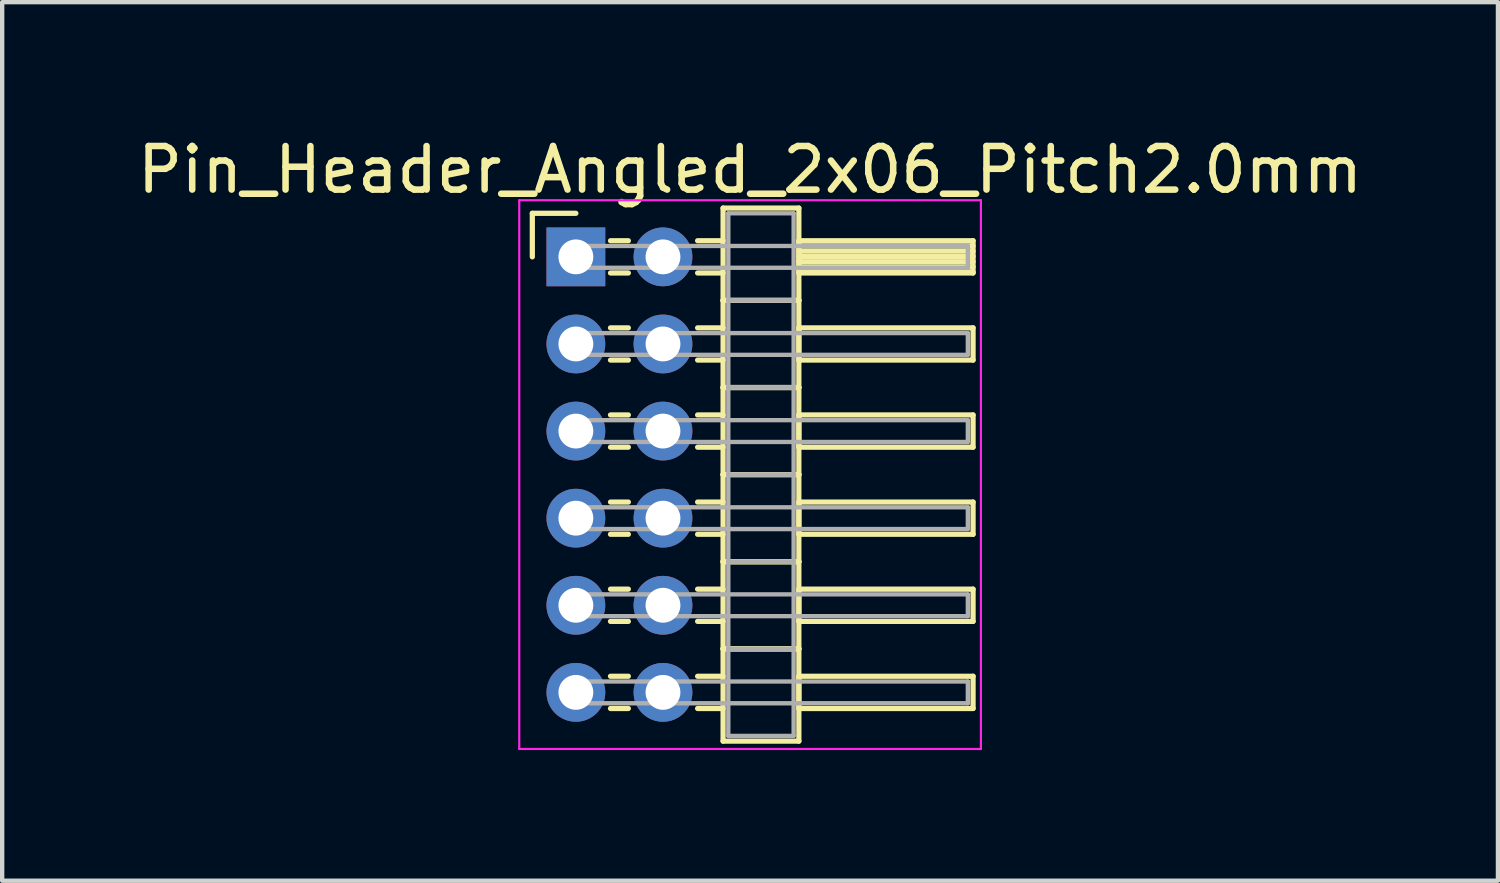
<source format=kicad_pcb>
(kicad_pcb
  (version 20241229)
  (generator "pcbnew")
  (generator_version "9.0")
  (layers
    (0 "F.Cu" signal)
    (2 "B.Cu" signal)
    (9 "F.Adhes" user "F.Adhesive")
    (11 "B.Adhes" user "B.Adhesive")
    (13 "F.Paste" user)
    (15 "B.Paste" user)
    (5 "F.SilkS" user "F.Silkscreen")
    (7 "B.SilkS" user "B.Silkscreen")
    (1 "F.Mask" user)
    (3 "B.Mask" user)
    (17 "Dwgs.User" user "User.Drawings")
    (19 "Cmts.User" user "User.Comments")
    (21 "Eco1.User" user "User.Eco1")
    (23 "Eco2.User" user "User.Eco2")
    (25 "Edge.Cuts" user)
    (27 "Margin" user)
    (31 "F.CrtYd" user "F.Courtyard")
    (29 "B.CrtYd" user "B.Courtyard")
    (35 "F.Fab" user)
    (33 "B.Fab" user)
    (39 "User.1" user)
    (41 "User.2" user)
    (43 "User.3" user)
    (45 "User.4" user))
  (footprint "Pin_Header_Angled_2x06_Pitch2.0mm"
    (layer "F.Cu")
    (at 10.173 2.848)
    (property "Reference" "Pin_Header_Angled_2x06_Pitch2.0mm" (at 4 -2 0) (layer "F.SilkS") (effects (font (size 1 1) (thickness 0.15))))
    (attr through_hole)
    (fp_line (start -1 -1) (end 0 -1) (stroke (width 0.12) (type solid)) (layer "F.SilkS"))
    (fp_line (start -1 0) (end -1 -1) (stroke (width 0.12) (type solid)) (layer "F.SilkS"))
    (fp_line (start 0.795 -0.37) (end 1.205 -0.37) (stroke (width 0.12) (type solid)) (layer "F.SilkS"))
    (fp_line (start 0.795 0.37) (end 1.205 0.37) (stroke (width 0.12) (type solid)) (layer "F.SilkS"))
    (fp_line (start 0.795 1.63) (end 1.205 1.63) (stroke (width 0.12) (type solid)) (layer "F.SilkS"))
    (fp_line (start 0.795 2.37) (end 1.205 2.37) (stroke (width 0.12) (type solid)) (layer "F.SilkS"))
    (fp_line (start 0.795 3.63) (end 1.205 3.63) (stroke (width 0.12) (type solid)) (layer "F.SilkS"))
    (fp_line (start 0.795 4.37) (end 1.205 4.37) (stroke (width 0.12) (type solid)) (layer "F.SilkS"))
    (fp_line (start 0.795 5.63) (end 1.205 5.63) (stroke (width 0.12) (type solid)) (layer "F.SilkS"))
    (fp_line (start 0.795 6.37) (end 1.205 6.37) (stroke (width 0.12) (type solid)) (layer "F.SilkS"))
    (fp_line (start 0.795 7.63) (end 1.205 7.63) (stroke (width 0.12) (type solid)) (layer "F.SilkS"))
    (fp_line (start 0.795 8.37) (end 1.205 8.37) (stroke (width 0.12) (type solid)) (layer "F.SilkS"))
    (fp_line (start 0.795 9.63) (end 1.205 9.63) (stroke (width 0.12) (type solid)) (layer "F.SilkS"))
    (fp_line (start 0.795 10.37) (end 1.205 10.37) (stroke (width 0.12) (type solid)) (layer "F.SilkS"))
    (fp_line (start 2.795 -0.37) (end 3.38 -0.37) (stroke (width 0.12) (type solid)) (layer "F.SilkS"))
    (fp_line (start 2.795 0.37) (end 3.38 0.37) (stroke (width 0.12) (type solid)) (layer "F.SilkS"))
    (fp_line (start 2.795 1.63) (end 3.38 1.63) (stroke (width 0.12) (type solid)) (layer "F.SilkS"))
    (fp_line (start 2.795 2.37) (end 3.38 2.37) (stroke (width 0.12) (type solid)) (layer "F.SilkS"))
    (fp_line (start 2.795 3.63) (end 3.38 3.63) (stroke (width 0.12) (type solid)) (layer "F.SilkS"))
    (fp_line (start 2.795 4.37) (end 3.38 4.37) (stroke (width 0.12) (type solid)) (layer "F.SilkS"))
    (fp_line (start 2.795 5.63) (end 3.38 5.63) (stroke (width 0.12) (type solid)) (layer "F.SilkS"))
    (fp_line (start 2.795 6.37) (end 3.38 6.37) (stroke (width 0.12) (type solid)) (layer "F.SilkS"))
    (fp_line (start 2.795 7.63) (end 3.38 7.63) (stroke (width 0.12) (type solid)) (layer "F.SilkS"))
    (fp_line (start 2.795 8.37) (end 3.38 8.37) (stroke (width 0.12) (type solid)) (layer "F.SilkS"))
    (fp_line (start 2.795 9.63) (end 3.38 9.63) (stroke (width 0.12) (type solid)) (layer "F.SilkS"))
    (fp_line (start 2.795 10.37) (end 3.38 10.37) (stroke (width 0.12) (type solid)) (layer "F.SilkS"))
    (fp_line (start 3.38 -1.12) (end 3.38 1) (stroke (width 0.12) (type solid)) (layer "F.SilkS"))
    (fp_line (start 3.38 1) (end 3.38 3) (stroke (width 0.12) (type solid)) (layer "F.SilkS"))
    (fp_line (start 3.38 1) (end 5.12 1) (stroke (width 0.12) (type solid)) (layer "F.SilkS"))
    (fp_line (start 3.38 3) (end 3.38 5) (stroke (width 0.12) (type solid)) (layer "F.SilkS"))
    (fp_line (start 3.38 3) (end 5.12 3) (stroke (width 0.12) (type solid)) (layer "F.SilkS"))
    (fp_line (start 3.38 5) (end 3.38 7) (stroke (width 0.12) (type solid)) (layer "F.SilkS"))
    (fp_line (start 3.38 5) (end 5.12 5) (stroke (width 0.12) (type solid)) (layer "F.SilkS"))
    (fp_line (start 3.38 7) (end 3.38 9) (stroke (width 0.12) (type solid)) (layer "F.SilkS"))
    (fp_line (start 3.38 7) (end 5.12 7) (stroke (width 0.12) (type solid)) (layer "F.SilkS"))
    (fp_line (start 3.38 9) (end 3.38 11.12) (stroke (width 0.12) (type solid)) (layer "F.SilkS"))
    (fp_line (start 3.38 9) (end 5.12 9) (stroke (width 0.12) (type solid)) (layer "F.SilkS"))
    (fp_line (start 3.38 11.12) (end 5.12 11.12) (stroke (width 0.12) (type solid)) (layer "F.SilkS"))
    (fp_line (start 5.12 -1.12) (end 3.38 -1.12) (stroke (width 0.12) (type solid)) (layer "F.SilkS"))
    (fp_line (start 5.12 -0.37) (end 5.12 0.37) (stroke (width 0.12) (type solid)) (layer "F.SilkS"))
    (fp_line (start 5.12 -0.25) (end 9.12 -0.25) (stroke (width 0.12) (type solid)) (layer "F.SilkS"))
    (fp_line (start 5.12 -0.13) (end 9.12 -0.13) (stroke (width 0.12) (type solid)) (layer "F.SilkS"))
    (fp_line (start 5.12 -0.01) (end 9.12 -0.01) (stroke (width 0.12) (type solid)) (layer "F.SilkS"))
    (fp_line (start 5.12 0.11) (end 9.12 0.11) (stroke (width 0.12) (type solid)) (layer "F.SilkS"))
    (fp_line (start 5.12 0.23) (end 9.12 0.23) (stroke (width 0.12) (type solid)) (layer "F.SilkS"))
    (fp_line (start 5.12 0.35) (end 9.12 0.35) (stroke (width 0.12) (type solid)) (layer "F.SilkS"))
    (fp_line (start 5.12 0.37) (end 9.12 0.37) (stroke (width 0.12) (type solid)) (layer "F.SilkS"))
    (fp_line (start 5.12 1) (end 3.38 1) (stroke (width 0.12) (type solid)) (layer "F.SilkS"))
    (fp_line (start 5.12 1) (end 5.12 -1.12) (stroke (width 0.12) (type solid)) (layer "F.SilkS"))
    (fp_line (start 5.12 1.63) (end 5.12 2.37) (stroke (width 0.12) (type solid)) (layer "F.SilkS"))
    (fp_line (start 5.12 2.37) (end 9.12 2.37) (stroke (width 0.12) (type solid)) (layer "F.SilkS"))
    (fp_line (start 5.12 3) (end 3.38 3) (stroke (width 0.12) (type solid)) (layer "F.SilkS"))
    (fp_line (start 5.12 3) (end 5.12 1) (stroke (width 0.12) (type solid)) (layer "F.SilkS"))
    (fp_line (start 5.12 3.63) (end 5.12 4.37) (stroke (width 0.12) (type solid)) (layer "F.SilkS"))
    (fp_line (start 5.12 4.37) (end 9.12 4.37) (stroke (width 0.12) (type solid)) (layer "F.SilkS"))
    (fp_line (start 5.12 5) (end 3.38 5) (stroke (width 0.12) (type solid)) (layer "F.SilkS"))
    (fp_line (start 5.12 5) (end 5.12 3) (stroke (width 0.12) (type solid)) (layer "F.SilkS"))
    (fp_line (start 5.12 5.63) (end 5.12 6.37) (stroke (width 0.12) (type solid)) (layer "F.SilkS"))
    (fp_line (start 5.12 6.37) (end 9.12 6.37) (stroke (width 0.12) (type solid)) (layer "F.SilkS"))
    (fp_line (start 5.12 7) (end 3.38 7) (stroke (width 0.12) (type solid)) (layer "F.SilkS"))
    (fp_line (start 5.12 7) (end 5.12 5) (stroke (width 0.12) (type solid)) (layer "F.SilkS"))
    (fp_line (start 5.12 7.63) (end 5.12 8.37) (stroke (width 0.12) (type solid)) (layer "F.SilkS"))
    (fp_line (start 5.12 8.37) (end 9.12 8.37) (stroke (width 0.12) (type solid)) (layer "F.SilkS"))
    (fp_line (start 5.12 9) (end 3.38 9) (stroke (width 0.12) (type solid)) (layer "F.SilkS"))
    (fp_line (start 5.12 9) (end 5.12 7) (stroke (width 0.12) (type solid)) (layer "F.SilkS"))
    (fp_line (start 5.12 9.63) (end 5.12 10.37) (stroke (width 0.12) (type solid)) (layer "F.SilkS"))
    (fp_line (start 5.12 10.37) (end 9.12 10.37) (stroke (width 0.12) (type solid)) (layer "F.SilkS"))
    (fp_line (start 5.12 11.12) (end 5.12 9) (stroke (width 0.12) (type solid)) (layer "F.SilkS"))
    (fp_line (start 9.12 -0.37) (end 5.12 -0.37) (stroke (width 0.12) (type solid)) (layer "F.SilkS"))
    (fp_line (start 9.12 0.37) (end 9.12 -0.37) (stroke (width 0.12) (type solid)) (layer "F.SilkS"))
    (fp_line (start 9.12 1.63) (end 5.12 1.63) (stroke (width 0.12) (type solid)) (layer "F.SilkS"))
    (fp_line (start 9.12 2.37) (end 9.12 1.63) (stroke (width 0.12) (type solid)) (layer "F.SilkS"))
    (fp_line (start 9.12 3.63) (end 5.12 3.63) (stroke (width 0.12) (type solid)) (layer "F.SilkS"))
    (fp_line (start 9.12 4.37) (end 9.12 3.63) (stroke (width 0.12) (type solid)) (layer "F.SilkS"))
    (fp_line (start 9.12 5.63) (end 5.12 5.63) (stroke (width 0.12) (type solid)) (layer "F.SilkS"))
    (fp_line (start 9.12 6.37) (end 9.12 5.63) (stroke (width 0.12) (type solid)) (layer "F.SilkS"))
    (fp_line (start 9.12 7.63) (end 5.12 7.63) (stroke (width 0.12) (type solid)) (layer "F.SilkS"))
    (fp_line (start 9.12 8.37) (end 9.12 7.63) (stroke (width 0.12) (type solid)) (layer "F.SilkS"))
    (fp_line (start 9.12 9.63) (end 5.12 9.63) (stroke (width 0.12) (type solid)) (layer "F.SilkS"))
    (fp_line (start 9.12 10.37) (end 9.12 9.63) (stroke (width 0.12) (type solid)) (layer "F.SilkS"))
    (fp_line (start -1.3 -1.3) (end -1.3 11.3) (stroke (width 0.05) (type solid)) (layer "F.CrtYd"))
    (fp_line (start -1.3 11.3) (end 9.3 11.3) (stroke (width 0.05) (type solid)) (layer "F.CrtYd"))
    (fp_line (start 9.3 -1.3) (end -1.3 -1.3) (stroke (width 0.05) (type solid)) (layer "F.CrtYd"))
    (fp_line (start 9.3 11.3) (end 9.3 -1.3) (stroke (width 0.05) (type solid)) (layer "F.CrtYd"))
    (fp_line (start 0 -0.25) (end 0 0.25) (stroke (width 0.1) (type solid)) (layer "F.Fab"))
    (fp_line (start 0 0.25) (end 9 0.25) (stroke (width 0.1) (type solid)) (layer "F.Fab"))
    (fp_line (start 0 1.75) (end 0 2.25) (stroke (width 0.1) (type solid)) (layer "F.Fab"))
    (fp_line (start 0 2.25) (end 9 2.25) (stroke (width 0.1) (type solid)) (layer "F.Fab"))
    (fp_line (start 0 3.75) (end 0 4.25) (stroke (width 0.1) (type solid)) (layer "F.Fab"))
    (fp_line (start 0 4.25) (end 9 4.25) (stroke (width 0.1) (type solid)) (layer "F.Fab"))
    (fp_line (start 0 5.75) (end 0 6.25) (stroke (width 0.1) (type solid)) (layer "F.Fab"))
    (fp_line (start 0 6.25) (end 9 6.25) (stroke (width 0.1) (type solid)) (layer "F.Fab"))
    (fp_line (start 0 7.75) (end 0 8.25) (stroke (width 0.1) (type solid)) (layer "F.Fab"))
    (fp_line (start 0 8.25) (end 9 8.25) (stroke (width 0.1) (type solid)) (layer "F.Fab"))
    (fp_line (start 0 9.75) (end 0 10.25) (stroke (width 0.1) (type solid)) (layer "F.Fab"))
    (fp_line (start 0 10.25) (end 9 10.25) (stroke (width 0.1) (type solid)) (layer "F.Fab"))
    (fp_line (start 3.5 -1) (end 3.5 1) (stroke (width 0.1) (type solid)) (layer "F.Fab"))
    (fp_line (start 3.5 1) (end 3.5 3) (stroke (width 0.1) (type solid)) (layer "F.Fab"))
    (fp_line (start 3.5 1) (end 5 1) (stroke (width 0.1) (type solid)) (layer "F.Fab"))
    (fp_line (start 3.5 3) (end 3.5 5) (stroke (width 0.1) (type solid)) (layer "F.Fab"))
    (fp_line (start 3.5 3) (end 5 3) (stroke (width 0.1) (type solid)) (layer "F.Fab"))
    (fp_line (start 3.5 5) (end 3.5 7) (stroke (width 0.1) (type solid)) (layer "F.Fab"))
    (fp_line (start 3.5 5) (end 5 5) (stroke (width 0.1) (type solid)) (layer "F.Fab"))
    (fp_line (start 3.5 7) (end 3.5 9) (stroke (width 0.1) (type solid)) (layer "F.Fab"))
    (fp_line (start 3.5 7) (end 5 7) (stroke (width 0.1) (type solid)) (layer "F.Fab"))
    (fp_line (start 3.5 9) (end 3.5 11) (stroke (width 0.1) (type solid)) (layer "F.Fab"))
    (fp_line (start 3.5 9) (end 5 9) (stroke (width 0.1) (type solid)) (layer "F.Fab"))
    (fp_line (start 3.5 11) (end 5 11) (stroke (width 0.1) (type solid)) (layer "F.Fab"))
    (fp_line (start 5 -1) (end 3.5 -1) (stroke (width 0.1) (type solid)) (layer "F.Fab"))
    (fp_line (start 5 1) (end 3.5 1) (stroke (width 0.1) (type solid)) (layer "F.Fab"))
    (fp_line (start 5 1) (end 5 -1) (stroke (width 0.1) (type solid)) (layer "F.Fab"))
    (fp_line (start 5 3) (end 3.5 3) (stroke (width 0.1) (type solid)) (layer "F.Fab"))
    (fp_line (start 5 3) (end 5 1) (stroke (width 0.1) (type solid)) (layer "F.Fab"))
    (fp_line (start 5 5) (end 3.5 5) (stroke (width 0.1) (type solid)) (layer "F.Fab"))
    (fp_line (start 5 5) (end 5 3) (stroke (width 0.1) (type solid)) (layer "F.Fab"))
    (fp_line (start 5 7) (end 3.5 7) (stroke (width 0.1) (type solid)) (layer "F.Fab"))
    (fp_line (start 5 7) (end 5 5) (stroke (width 0.1) (type solid)) (layer "F.Fab"))
    (fp_line (start 5 9) (end 3.5 9) (stroke (width 0.1) (type solid)) (layer "F.Fab"))
    (fp_line (start 5 9) (end 5 7) (stroke (width 0.1) (type solid)) (layer "F.Fab"))
    (fp_line (start 5 11) (end 5 9) (stroke (width 0.1) (type solid)) (layer "F.Fab"))
    (fp_line (start 9 -0.25) (end 0 -0.25) (stroke (width 0.1) (type solid)) (layer "F.Fab"))
    (fp_line (start 9 0.25) (end 9 -0.25) (stroke (width 0.1) (type solid)) (layer "F.Fab"))
    (fp_line (start 9 1.75) (end 0 1.75) (stroke (width 0.1) (type solid)) (layer "F.Fab"))
    (fp_line (start 9 2.25) (end 9 1.75) (stroke (width 0.1) (type solid)) (layer "F.Fab"))
    (fp_line (start 9 3.75) (end 0 3.75) (stroke (width 0.1) (type solid)) (layer "F.Fab"))
    (fp_line (start 9 4.25) (end 9 3.75) (stroke (width 0.1) (type solid)) (layer "F.Fab"))
    (fp_line (start 9 5.75) (end 0 5.75) (stroke (width 0.1) (type solid)) (layer "F.Fab"))
    (fp_line (start 9 6.25) (end 9 5.75) (stroke (width 0.1) (type solid)) (layer "F.Fab"))
    (fp_line (start 9 7.75) (end 0 7.75) (stroke (width 0.1) (type solid)) (layer "F.Fab"))
    (fp_line (start 9 8.25) (end 9 7.75) (stroke (width 0.1) (type solid)) (layer "F.Fab"))
    (fp_line (start 9 9.75) (end 0 9.75) (stroke (width 0.1) (type solid)) (layer "F.Fab"))
    (fp_line (start 9 10.25) (end 9 9.75) (stroke (width 0.1) (type solid)) (layer "F.Fab"))
    (pad "1" thru_hole rect (at 0 0) (size 1.35 1.35) (drill 0.8) (layers "*.Cu" "*.Mask"))
    (pad "2" thru_hole oval (at 2 0) (size 1.35 1.35) (drill 0.8) (layers "*.Cu" "*.Mask"))
    (pad "3" thru_hole oval (at 0 2) (size 1.35 1.35) (drill 0.8) (layers "*.Cu" "*.Mask"))
    (pad "4" thru_hole oval (at 2 2) (size 1.35 1.35) (drill 0.8) (layers "*.Cu" "*.Mask"))
    (pad "5" thru_hole oval (at 0 4) (size 1.35 1.35) (drill 0.8) (layers "*.Cu" "*.Mask"))
    (pad "6" thru_hole oval (at 2 4) (size 1.35 1.35) (drill 0.8) (layers "*.Cu" "*.Mask"))
    (pad "7" thru_hole oval (at 0 6) (size 1.35 1.35) (drill 0.8) (layers "*.Cu" "*.Mask"))
    (pad "8" thru_hole oval (at 2 6) (size 1.35 1.35) (drill 0.8) (layers "*.Cu" "*.Mask"))
    (pad "9" thru_hole oval (at 0 8) (size 1.35 1.35) (drill 0.8) (layers "*.Cu" "*.Mask"))
    (pad "10" thru_hole oval (at 2 8) (size 1.35 1.35) (drill 0.8) (layers "*.Cu" "*.Mask"))
    (pad "11" thru_hole oval (at 0 10) (size 1.35 1.35) (drill 0.8) (layers "*.Cu" "*.Mask"))
    (pad "12" thru_hole oval (at 2 10) (size 1.35 1.35) (drill 0.8) (layers "*.Cu" "*.Mask")))
  (gr_rect
    (start -3 -3)
    (end 31.345 17.173)
    (stroke (width 0.1) (type default))
    (fill no)
    (layer "Edge.Cuts")))
</source>
